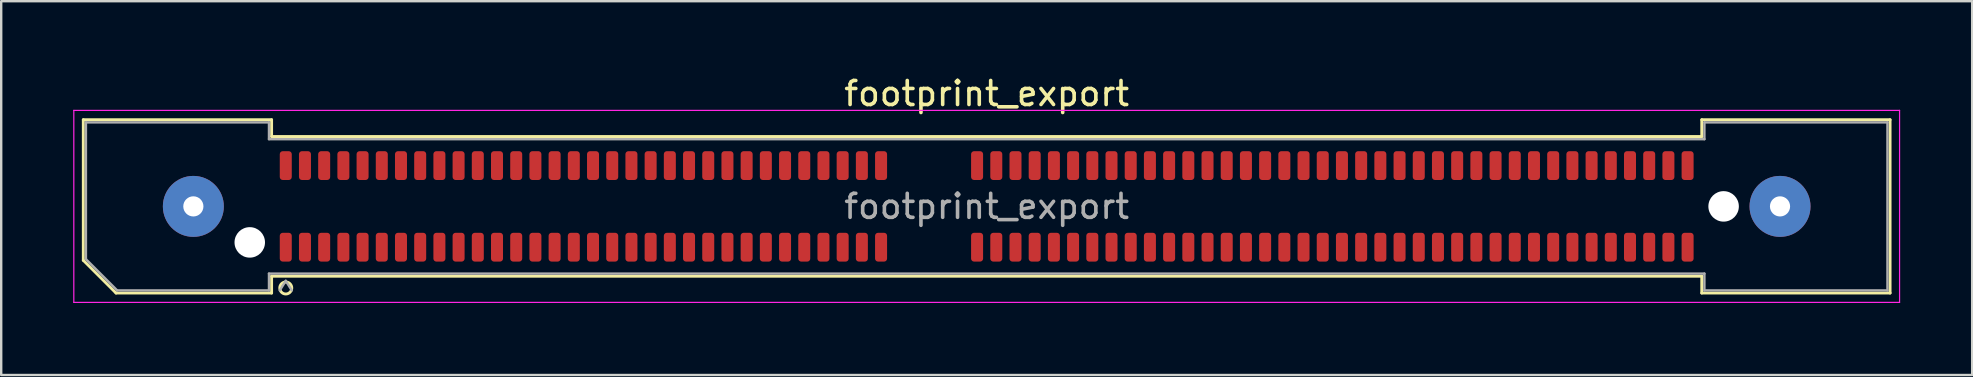
<source format=kicad_pcb>
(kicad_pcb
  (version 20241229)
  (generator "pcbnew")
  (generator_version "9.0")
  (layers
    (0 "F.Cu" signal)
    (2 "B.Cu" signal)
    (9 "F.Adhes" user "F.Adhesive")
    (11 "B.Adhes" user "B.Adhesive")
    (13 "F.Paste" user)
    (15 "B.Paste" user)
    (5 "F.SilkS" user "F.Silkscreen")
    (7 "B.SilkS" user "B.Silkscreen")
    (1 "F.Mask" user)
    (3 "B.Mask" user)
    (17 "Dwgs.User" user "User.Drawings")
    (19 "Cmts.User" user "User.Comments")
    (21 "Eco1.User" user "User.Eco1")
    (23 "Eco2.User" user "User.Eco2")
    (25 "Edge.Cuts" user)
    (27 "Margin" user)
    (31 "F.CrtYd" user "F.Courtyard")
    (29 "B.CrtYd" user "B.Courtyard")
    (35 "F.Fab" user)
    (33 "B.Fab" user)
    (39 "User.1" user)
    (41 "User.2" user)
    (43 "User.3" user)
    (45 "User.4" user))
  (footprint "footprint_export"
    (layer "F.Cu")
    (at 38.055 5.548)
    (property "Reference" "footprint_export" (at 0 -4.7 0) (layer "F.SilkS") (effects (font (size 1 1) (thickness 0.15))))
    (attr smd)
    (fp_line (start -37.635 -3.61) (end -29.79 -3.61) (stroke (width 0.12) (type solid)) (layer "F.SilkS"))
    (fp_line (start -37.635 2.246) (end -37.635 -3.61) (stroke (width 0.12) (type solid)) (layer "F.SilkS"))
    (fp_line (start -36.271 3.61) (end -37.635 2.246) (stroke (width 0.12) (type solid)) (layer "F.SilkS"))
    (fp_line (start -29.79 -3.61) (end -29.79 -2.91) (stroke (width 0.12) (type solid)) (layer "F.SilkS"))
    (fp_line (start -29.79 -2.91) (end 29.79 -2.91) (stroke (width 0.12) (type solid)) (layer "F.SilkS"))
    (fp_line (start -29.79 2.91) (end -29.79 3.61) (stroke (width 0.12) (type solid)) (layer "F.SilkS"))
    (fp_line (start -29.79 3.61) (end -36.271 3.61) (stroke (width 0.12) (type solid)) (layer "F.SilkS"))
    (fp_line (start 29.79 -3.61) (end 37.635 -3.61) (stroke (width 0.12) (type solid)) (layer "F.SilkS"))
    (fp_line (start 29.79 -2.91) (end 29.79 -3.61) (stroke (width 0.12) (type solid)) (layer "F.SilkS"))
    (fp_line (start 29.79 2.91) (end -29.79 2.91) (stroke (width 0.12) (type solid)) (layer "F.SilkS"))
    (fp_line (start 29.79 3.61) (end 29.79 2.91) (stroke (width 0.12) (type solid)) (layer "F.SilkS"))
    (fp_line (start 37.635 -3.61) (end 37.635 3.61) (stroke (width 0.12) (type solid)) (layer "F.SilkS"))
    (fp_line (start 37.635 3.61) (end 29.79 3.61) (stroke (width 0.12) (type solid)) (layer "F.SilkS"))
    (fp_circle (center -29.2 3.4) (end -28.95 3.4) (stroke (width 0.12) (type solid)) (fill no) (layer "F.SilkS"))
    (fp_line (start -38.03 -4) (end -38.03 4) (stroke (width 0.05) (type solid)) (layer "F.CrtYd"))
    (fp_line (start -38.03 4) (end 38.03 4) (stroke (width 0.05) (type solid)) (layer "F.CrtYd"))
    (fp_line (start 38.03 -4) (end -38.03 -4) (stroke (width 0.05) (type solid)) (layer "F.CrtYd"))
    (fp_line (start 38.03 4) (end 38.03 -4) (stroke (width 0.05) (type solid)) (layer "F.CrtYd"))
    (fp_line (start -37.525 -3.5) (end -29.9 -3.5) (stroke (width 0.1) (type solid)) (layer "F.Fab"))
    (fp_line (start -37.525 2.2) (end -37.525 -3.5) (stroke (width 0.1) (type solid)) (layer "F.Fab"))
    (fp_line (start -36.225 3.5) (end -37.525 2.2) (stroke (width 0.1) (type solid)) (layer "F.Fab"))
    (fp_line (start -29.9 -3.5) (end -29.9 -2.8) (stroke (width 0.1) (type solid)) (layer "F.Fab"))
    (fp_line (start -29.9 -2.8) (end 29.9 -2.8) (stroke (width 0.1) (type solid)) (layer "F.Fab"))
    (fp_line (start -29.9 2.8) (end -29.9 3.5) (stroke (width 0.1) (type solid)) (layer "F.Fab"))
    (fp_line (start -29.9 3.5) (end -36.225 3.5) (stroke (width 0.1) (type solid)) (layer "F.Fab"))
    (fp_line (start -29.2 3.1) (end -29.45 3.5) (stroke (width 0.1) (type solid)) (layer "F.Fab"))
    (fp_line (start -29.2 3.1) (end -28.95 3.5) (stroke (width 0.1) (type solid)) (layer "F.Fab"))
    (fp_line (start 29.9 -3.5) (end 37.525 -3.5) (stroke (width 0.1) (type solid)) (layer "F.Fab"))
    (fp_line (start 29.9 -2.8) (end 29.9 -3.5) (stroke (width 0.1) (type solid)) (layer "F.Fab"))
    (fp_line (start 29.9 2.8) (end -29.9 2.8) (stroke (width 0.1) (type solid)) (layer "F.Fab"))
    (fp_line (start 29.9 3.5) (end 29.9 2.8) (stroke (width 0.1) (type solid)) (layer "F.Fab"))
    (fp_line (start 37.525 -3.5) (end 37.525 3.5) (stroke (width 0.1) (type solid)) (layer "F.Fab"))
    (fp_line (start 37.525 3.5) (end 29.9 3.5) (stroke (width 0.1) (type solid)) (layer "F.Fab"))
    (fp_text user "${REFERENCE}" (at 0 0 0) (layer "F.Fab") (effects (font (size 1 1) (thickness 0.15))))
    (pad "" thru_hole circle (at -33.05 0) (size 2.54 2.54) (drill 0.84) (layers "*.Cu" "*.Mask" "F.Paste"))
    (pad "" np_thru_hole circle (at -30.7 1.5) (size 1.27 1.27) (drill 1.27) (layers "*.Cu" "*.Mask"))
    (pad "" np_thru_hole circle (at 30.7 0) (size 1.27 1.27) (drill 1.27) (layers "*.Cu" "*.Mask"))
    (pad "" thru_hole circle (at 33.05 0) (size 2.54 2.54) (drill 0.84) (layers "*.Cu" "*.Mask" "F.Paste"))
    (pad "1" smd roundrect (at -29.2 1.7) (size 0.5 1.2) (layers "F.Cu" "F.Mask" "F.Paste") (roundrect_rratio 0.25))
    (pad "2" smd roundrect (at -29.2 -1.7) (size 0.5 1.2) (layers "F.Cu" "F.Mask" "F.Paste") (roundrect_rratio 0.25))
    (pad "3" smd roundrect (at -28.4 1.7) (size 0.5 1.2) (layers "F.Cu" "F.Mask" "F.Paste") (roundrect_rratio 0.25))
    (pad "4" smd roundrect (at -28.4 -1.7) (size 0.5 1.2) (layers "F.Cu" "F.Mask" "F.Paste") (roundrect_rratio 0.25))
    (pad "5" smd roundrect (at -27.6 1.7) (size 0.5 1.2) (layers "F.Cu" "F.Mask" "F.Paste") (roundrect_rratio 0.25))
    (pad "6" smd roundrect (at -27.6 -1.7) (size 0.5 1.2) (layers "F.Cu" "F.Mask" "F.Paste") (roundrect_rratio 0.25))
    (pad "7" smd roundrect (at -26.8 1.7) (size 0.5 1.2) (layers "F.Cu" "F.Mask" "F.Paste") (roundrect_rratio 0.25))
    (pad "8" smd roundrect (at -26.8 -1.7) (size 0.5 1.2) (layers "F.Cu" "F.Mask" "F.Paste") (roundrect_rratio 0.25))
    (pad "9" smd roundrect (at -26 1.7) (size 0.5 1.2) (layers "F.Cu" "F.Mask" "F.Paste") (roundrect_rratio 0.25))
    (pad "10" smd roundrect (at -26 -1.7) (size 0.5 1.2) (layers "F.Cu" "F.Mask" "F.Paste") (roundrect_rratio 0.25))
    (pad "11" smd roundrect (at -25.2 1.7) (size 0.5 1.2) (layers "F.Cu" "F.Mask" "F.Paste") (roundrect_rratio 0.25))
    (pad "12" smd roundrect (at -25.2 -1.7) (size 0.5 1.2) (layers "F.Cu" "F.Mask" "F.Paste") (roundrect_rratio 0.25))
    (pad "13" smd roundrect (at -24.4 1.7) (size 0.5 1.2) (layers "F.Cu" "F.Mask" "F.Paste") (roundrect_rratio 0.25))
    (pad "14" smd roundrect (at -24.4 -1.7) (size 0.5 1.2) (layers "F.Cu" "F.Mask" "F.Paste") (roundrect_rratio 0.25))
    (pad "15" smd roundrect (at -23.6 1.7) (size 0.5 1.2) (layers "F.Cu" "F.Mask" "F.Paste") (roundrect_rratio 0.25))
    (pad "16" smd roundrect (at -23.6 -1.7) (size 0.5 1.2) (layers "F.Cu" "F.Mask" "F.Paste") (roundrect_rratio 0.25))
    (pad "17" smd roundrect (at -22.8 1.7) (size 0.5 1.2) (layers "F.Cu" "F.Mask" "F.Paste") (roundrect_rratio 0.25))
    (pad "18" smd roundrect (at -22.8 -1.7) (size 0.5 1.2) (layers "F.Cu" "F.Mask" "F.Paste") (roundrect_rratio 0.25))
    (pad "19" smd roundrect (at -22 1.7) (size 0.5 1.2) (layers "F.Cu" "F.Mask" "F.Paste") (roundrect_rratio 0.25))
    (pad "20" smd roundrect (at -22 -1.7) (size 0.5 1.2) (layers "F.Cu" "F.Mask" "F.Paste") (roundrect_rratio 0.25))
    (pad "21" smd roundrect (at -21.2 1.7) (size 0.5 1.2) (layers "F.Cu" "F.Mask" "F.Paste") (roundrect_rratio 0.25))
    (pad "22" smd roundrect (at -21.2 -1.7) (size 0.5 1.2) (layers "F.Cu" "F.Mask" "F.Paste") (roundrect_rratio 0.25))
    (pad "23" smd roundrect (at -20.4 1.7) (size 0.5 1.2) (layers "F.Cu" "F.Mask" "F.Paste") (roundrect_rratio 0.25))
    (pad "24" smd roundrect (at -20.4 -1.7) (size 0.5 1.2) (layers "F.Cu" "F.Mask" "F.Paste") (roundrect_rratio 0.25))
    (pad "25" smd roundrect (at -19.6 1.7) (size 0.5 1.2) (layers "F.Cu" "F.Mask" "F.Paste") (roundrect_rratio 0.25))
    (pad "26" smd roundrect (at -19.6 -1.7) (size 0.5 1.2) (layers "F.Cu" "F.Mask" "F.Paste") (roundrect_rratio 0.25))
    (pad "27" smd roundrect (at -18.8 1.7) (size 0.5 1.2) (layers "F.Cu" "F.Mask" "F.Paste") (roundrect_rratio 0.25))
    (pad "28" smd roundrect (at -18.8 -1.7) (size 0.5 1.2) (layers "F.Cu" "F.Mask" "F.Paste") (roundrect_rratio 0.25))
    (pad "29" smd roundrect (at -18 1.7) (size 0.5 1.2) (layers "F.Cu" "F.Mask" "F.Paste") (roundrect_rratio 0.25))
    (pad "30" smd roundrect (at -18 -1.7) (size 0.5 1.2) (layers "F.Cu" "F.Mask" "F.Paste") (roundrect_rratio 0.25))
    (pad "31" smd roundrect (at -17.2 1.7) (size 0.5 1.2) (layers "F.Cu" "F.Mask" "F.Paste") (roundrect_rratio 0.25))
    (pad "32" smd roundrect (at -17.2 -1.7) (size 0.5 1.2) (layers "F.Cu" "F.Mask" "F.Paste") (roundrect_rratio 0.25))
    (pad "33" smd roundrect (at -16.4 1.7) (size 0.5 1.2) (layers "F.Cu" "F.Mask" "F.Paste") (roundrect_rratio 0.25))
    (pad "34" smd roundrect (at -16.4 -1.7) (size 0.5 1.2) (layers "F.Cu" "F.Mask" "F.Paste") (roundrect_rratio 0.25))
    (pad "35" smd roundrect (at -15.6 1.7) (size 0.5 1.2) (layers "F.Cu" "F.Mask" "F.Paste") (roundrect_rratio 0.25))
    (pad "36" smd roundrect (at -15.6 -1.7) (size 0.5 1.2) (layers "F.Cu" "F.Mask" "F.Paste") (roundrect_rratio 0.25))
    (pad "37" smd roundrect (at -14.8 1.7) (size 0.5 1.2) (layers "F.Cu" "F.Mask" "F.Paste") (roundrect_rratio 0.25))
    (pad "38" smd roundrect (at -14.8 -1.7) (size 0.5 1.2) (layers "F.Cu" "F.Mask" "F.Paste") (roundrect_rratio 0.25))
    (pad "39" smd roundrect (at -14 1.7) (size 0.5 1.2) (layers "F.Cu" "F.Mask" "F.Paste") (roundrect_rratio 0.25))
    (pad "40" smd roundrect (at -14 -1.7) (size 0.5 1.2) (layers "F.Cu" "F.Mask" "F.Paste") (roundrect_rratio 0.25))
    (pad "41" smd roundrect (at -13.2 1.7) (size 0.5 1.2) (layers "F.Cu" "F.Mask" "F.Paste") (roundrect_rratio 0.25))
    (pad "42" smd roundrect (at -13.2 -1.7) (size 0.5 1.2) (layers "F.Cu" "F.Mask" "F.Paste") (roundrect_rratio 0.25))
    (pad "43" smd roundrect (at -12.4 1.7) (size 0.5 1.2) (layers "F.Cu" "F.Mask" "F.Paste") (roundrect_rratio 0.25))
    (pad "44" smd roundrect (at -12.4 -1.7) (size 0.5 1.2) (layers "F.Cu" "F.Mask" "F.Paste") (roundrect_rratio 0.25))
    (pad "45" smd roundrect (at -11.6 1.7) (size 0.5 1.2) (layers "F.Cu" "F.Mask" "F.Paste") (roundrect_rratio 0.25))
    (pad "46" smd roundrect (at -11.6 -1.7) (size 0.5 1.2) (layers "F.Cu" "F.Mask" "F.Paste") (roundrect_rratio 0.25))
    (pad "47" smd roundrect (at -10.8 1.7) (size 0.5 1.2) (layers "F.Cu" "F.Mask" "F.Paste") (roundrect_rratio 0.25))
    (pad "48" smd roundrect (at -10.8 -1.7) (size 0.5 1.2) (layers "F.Cu" "F.Mask" "F.Paste") (roundrect_rratio 0.25))
    (pad "49" smd roundrect (at -10 1.7) (size 0.5 1.2) (layers "F.Cu" "F.Mask" "F.Paste") (roundrect_rratio 0.25))
    (pad "50" smd roundrect (at -10 -1.7) (size 0.5 1.2) (layers "F.Cu" "F.Mask" "F.Paste") (roundrect_rratio 0.25))
    (pad "51" smd roundrect (at -9.2 1.7) (size 0.5 1.2) (layers "F.Cu" "F.Mask" "F.Paste") (roundrect_rratio 0.25))
    (pad "52" smd roundrect (at -9.2 -1.7) (size 0.5 1.2) (layers "F.Cu" "F.Mask" "F.Paste") (roundrect_rratio 0.25))
    (pad "53" smd roundrect (at -8.4 1.7) (size 0.5 1.2) (layers "F.Cu" "F.Mask" "F.Paste") (roundrect_rratio 0.25))
    (pad "54" smd roundrect (at -8.4 -1.7) (size 0.5 1.2) (layers "F.Cu" "F.Mask" "F.Paste") (roundrect_rratio 0.25))
    (pad "55" smd roundrect (at -7.6 1.7) (size 0.5 1.2) (layers "F.Cu" "F.Mask" "F.Paste") (roundrect_rratio 0.25))
    (pad "56" smd roundrect (at -7.6 -1.7) (size 0.5 1.2) (layers "F.Cu" "F.Mask" "F.Paste") (roundrect_rratio 0.25))
    (pad "57" smd roundrect (at -6.8 1.7) (size 0.5 1.2) (layers "F.Cu" "F.Mask" "F.Paste") (roundrect_rratio 0.25))
    (pad "58" smd roundrect (at -6.8 -1.7) (size 0.5 1.2) (layers "F.Cu" "F.Mask" "F.Paste") (roundrect_rratio 0.25))
    (pad "59" smd roundrect (at -6 1.7) (size 0.5 1.2) (layers "F.Cu" "F.Mask" "F.Paste") (roundrect_rratio 0.25))
    (pad "60" smd roundrect (at -6 -1.7) (size 0.5 1.2) (layers "F.Cu" "F.Mask" "F.Paste") (roundrect_rratio 0.25))
    (pad "61" smd roundrect (at -5.2 1.7) (size 0.5 1.2) (layers "F.Cu" "F.Mask" "F.Paste") (roundrect_rratio 0.25))
    (pad "62" smd roundrect (at -5.2 -1.7) (size 0.5 1.2) (layers "F.Cu" "F.Mask" "F.Paste") (roundrect_rratio 0.25))
    (pad "63" smd roundrect (at -4.4 1.7) (size 0.5 1.2) (layers "F.Cu" "F.Mask" "F.Paste") (roundrect_rratio 0.25))
    (pad "64" smd roundrect (at -4.4 -1.7) (size 0.5 1.2) (layers "F.Cu" "F.Mask" "F.Paste") (roundrect_rratio 0.25))
    (pad "65" smd roundrect (at -0.4 1.7) (size 0.5 1.2) (layers "F.Cu" "F.Mask" "F.Paste") (roundrect_rratio 0.25))
    (pad "66" smd roundrect (at -0.4 -1.7) (size 0.5 1.2) (layers "F.Cu" "F.Mask" "F.Paste") (roundrect_rratio 0.25))
    (pad "67" smd roundrect (at 0.4 1.7) (size 0.5 1.2) (layers "F.Cu" "F.Mask" "F.Paste") (roundrect_rratio 0.25))
    (pad "68" smd roundrect (at 0.4 -1.7) (size 0.5 1.2) (layers "F.Cu" "F.Mask" "F.Paste") (roundrect_rratio 0.25))
    (pad "69" smd roundrect (at 1.2 1.7) (size 0.5 1.2) (layers "F.Cu" "F.Mask" "F.Paste") (roundrect_rratio 0.25))
    (pad "70" smd roundrect (at 1.2 -1.7) (size 0.5 1.2) (layers "F.Cu" "F.Mask" "F.Paste") (roundrect_rratio 0.25))
    (pad "71" smd roundrect (at 2 1.7) (size 0.5 1.2) (layers "F.Cu" "F.Mask" "F.Paste") (roundrect_rratio 0.25))
    (pad "72" smd roundrect (at 2 -1.7) (size 0.5 1.2) (layers "F.Cu" "F.Mask" "F.Paste") (roundrect_rratio 0.25))
    (pad "73" smd roundrect (at 2.8 1.7) (size 0.5 1.2) (layers "F.Cu" "F.Mask" "F.Paste") (roundrect_rratio 0.25))
    (pad "74" smd roundrect (at 2.8 -1.7) (size 0.5 1.2) (layers "F.Cu" "F.Mask" "F.Paste") (roundrect_rratio 0.25))
    (pad "75" smd roundrect (at 3.6 1.7) (size 0.5 1.2) (layers "F.Cu" "F.Mask" "F.Paste") (roundrect_rratio 0.25))
    (pad "76" smd roundrect (at 3.6 -1.7) (size 0.5 1.2) (layers "F.Cu" "F.Mask" "F.Paste") (roundrect_rratio 0.25))
    (pad "77" smd roundrect (at 4.4 1.7) (size 0.5 1.2) (layers "F.Cu" "F.Mask" "F.Paste") (roundrect_rratio 0.25))
    (pad "78" smd roundrect (at 4.4 -1.7) (size 0.5 1.2) (layers "F.Cu" "F.Mask" "F.Paste") (roundrect_rratio 0.25))
    (pad "79" smd roundrect (at 5.2 1.7) (size 0.5 1.2) (layers "F.Cu" "F.Mask" "F.Paste") (roundrect_rratio 0.25))
    (pad "80" smd roundrect (at 5.2 -1.7) (size 0.5 1.2) (layers "F.Cu" "F.Mask" "F.Paste") (roundrect_rratio 0.25))
    (pad "81" smd roundrect (at 6 1.7) (size 0.5 1.2) (layers "F.Cu" "F.Mask" "F.Paste") (roundrect_rratio 0.25))
    (pad "82" smd roundrect (at 6 -1.7) (size 0.5 1.2) (layers "F.Cu" "F.Mask" "F.Paste") (roundrect_rratio 0.25))
    (pad "83" smd roundrect (at 6.8 1.7) (size 0.5 1.2) (layers "F.Cu" "F.Mask" "F.Paste") (roundrect_rratio 0.25))
    (pad "84" smd roundrect (at 6.8 -1.7) (size 0.5 1.2) (layers "F.Cu" "F.Mask" "F.Paste") (roundrect_rratio 0.25))
    (pad "85" smd roundrect (at 7.6 1.7) (size 0.5 1.2) (layers "F.Cu" "F.Mask" "F.Paste") (roundrect_rratio 0.25))
    (pad "86" smd roundrect (at 7.6 -1.7) (size 0.5 1.2) (layers "F.Cu" "F.Mask" "F.Paste") (roundrect_rratio 0.25))
    (pad "87" smd roundrect (at 8.4 1.7) (size 0.5 1.2) (layers "F.Cu" "F.Mask" "F.Paste") (roundrect_rratio 0.25))
    (pad "88" smd roundrect (at 8.4 -1.7) (size 0.5 1.2) (layers "F.Cu" "F.Mask" "F.Paste") (roundrect_rratio 0.25))
    (pad "89" smd roundrect (at 9.2 1.7) (size 0.5 1.2) (layers "F.Cu" "F.Mask" "F.Paste") (roundrect_rratio 0.25))
    (pad "90" smd roundrect (at 9.2 -1.7) (size 0.5 1.2) (layers "F.Cu" "F.Mask" "F.Paste") (roundrect_rratio 0.25))
    (pad "91" smd roundrect (at 10 1.7) (size 0.5 1.2) (layers "F.Cu" "F.Mask" "F.Paste") (roundrect_rratio 0.25))
    (pad "92" smd roundrect (at 10 -1.7) (size 0.5 1.2) (layers "F.Cu" "F.Mask" "F.Paste") (roundrect_rratio 0.25))
    (pad "93" smd roundrect (at 10.8 1.7) (size 0.5 1.2) (layers "F.Cu" "F.Mask" "F.Paste") (roundrect_rratio 0.25))
    (pad "94" smd roundrect (at 10.8 -1.7) (size 0.5 1.2) (layers "F.Cu" "F.Mask" "F.Paste") (roundrect_rratio 0.25))
    (pad "95" smd roundrect (at 11.6 1.7) (size 0.5 1.2) (layers "F.Cu" "F.Mask" "F.Paste") (roundrect_rratio 0.25))
    (pad "96" smd roundrect (at 11.6 -1.7) (size 0.5 1.2) (layers "F.Cu" "F.Mask" "F.Paste") (roundrect_rratio 0.25))
    (pad "97" smd roundrect (at 12.4 1.7) (size 0.5 1.2) (layers "F.Cu" "F.Mask" "F.Paste") (roundrect_rratio 0.25))
    (pad "98" smd roundrect (at 12.4 -1.7) (size 0.5 1.2) (layers "F.Cu" "F.Mask" "F.Paste") (roundrect_rratio 0.25))
    (pad "99" smd roundrect (at 13.2 1.7) (size 0.5 1.2) (layers "F.Cu" "F.Mask" "F.Paste") (roundrect_rratio 0.25))
    (pad "100" smd roundrect (at 13.2 -1.7) (size 0.5 1.2) (layers "F.Cu" "F.Mask" "F.Paste") (roundrect_rratio 0.25))
    (pad "101" smd roundrect (at 14 1.7) (size 0.5 1.2) (layers "F.Cu" "F.Mask" "F.Paste") (roundrect_rratio 0.25))
    (pad "102" smd roundrect (at 14 -1.7) (size 0.5 1.2) (layers "F.Cu" "F.Mask" "F.Paste") (roundrect_rratio 0.25))
    (pad "103" smd roundrect (at 14.8 1.7) (size 0.5 1.2) (layers "F.Cu" "F.Mask" "F.Paste") (roundrect_rratio 0.25))
    (pad "104" smd roundrect (at 14.8 -1.7) (size 0.5 1.2) (layers "F.Cu" "F.Mask" "F.Paste") (roundrect_rratio 0.25))
    (pad "105" smd roundrect (at 15.6 1.7) (size 0.5 1.2) (layers "F.Cu" "F.Mask" "F.Paste") (roundrect_rratio 0.25))
    (pad "106" smd roundrect (at 15.6 -1.7) (size 0.5 1.2) (layers "F.Cu" "F.Mask" "F.Paste") (roundrect_rratio 0.25))
    (pad "107" smd roundrect (at 16.4 1.7) (size 0.5 1.2) (layers "F.Cu" "F.Mask" "F.Paste") (roundrect_rratio 0.25))
    (pad "108" smd roundrect (at 16.4 -1.7) (size 0.5 1.2) (layers "F.Cu" "F.Mask" "F.Paste") (roundrect_rratio 0.25))
    (pad "109" smd roundrect (at 17.2 1.7) (size 0.5 1.2) (layers "F.Cu" "F.Mask" "F.Paste") (roundrect_rratio 0.25))
    (pad "110" smd roundrect (at 17.2 -1.7) (size 0.5 1.2) (layers "F.Cu" "F.Mask" "F.Paste") (roundrect_rratio 0.25))
    (pad "111" smd roundrect (at 18 1.7) (size 0.5 1.2) (layers "F.Cu" "F.Mask" "F.Paste") (roundrect_rratio 0.25))
    (pad "112" smd roundrect (at 18 -1.7) (size 0.5 1.2) (layers "F.Cu" "F.Mask" "F.Paste") (roundrect_rratio 0.25))
    (pad "113" smd roundrect (at 18.8 1.7) (size 0.5 1.2) (layers "F.Cu" "F.Mask" "F.Paste") (roundrect_rratio 0.25))
    (pad "114" smd roundrect (at 18.8 -1.7) (size 0.5 1.2) (layers "F.Cu" "F.Mask" "F.Paste") (roundrect_rratio 0.25))
    (pad "115" smd roundrect (at 19.6 1.7) (size 0.5 1.2) (layers "F.Cu" "F.Mask" "F.Paste") (roundrect_rratio 0.25))
    (pad "116" smd roundrect (at 19.6 -1.7) (size 0.5 1.2) (layers "F.Cu" "F.Mask" "F.Paste") (roundrect_rratio 0.25))
    (pad "117" smd roundrect (at 20.4 1.7) (size 0.5 1.2) (layers "F.Cu" "F.Mask" "F.Paste") (roundrect_rratio 0.25))
    (pad "118" smd roundrect (at 20.4 -1.7) (size 0.5 1.2) (layers "F.Cu" "F.Mask" "F.Paste") (roundrect_rratio 0.25))
    (pad "119" smd roundrect (at 21.2 1.7) (size 0.5 1.2) (layers "F.Cu" "F.Mask" "F.Paste") (roundrect_rratio 0.25))
    (pad "120" smd roundrect (at 21.2 -1.7) (size 0.5 1.2) (layers "F.Cu" "F.Mask" "F.Paste") (roundrect_rratio 0.25))
    (pad "121" smd roundrect (at 22 1.7) (size 0.5 1.2) (layers "F.Cu" "F.Mask" "F.Paste") (roundrect_rratio 0.25))
    (pad "122" smd roundrect (at 22 -1.7) (size 0.5 1.2) (layers "F.Cu" "F.Mask" "F.Paste") (roundrect_rratio 0.25))
    (pad "123" smd roundrect (at 22.8 1.7) (size 0.5 1.2) (layers "F.Cu" "F.Mask" "F.Paste") (roundrect_rratio 0.25))
    (pad "124" smd roundrect (at 22.8 -1.7) (size 0.5 1.2) (layers "F.Cu" "F.Mask" "F.Paste") (roundrect_rratio 0.25))
    (pad "125" smd roundrect (at 23.6 1.7) (size 0.5 1.2) (layers "F.Cu" "F.Mask" "F.Paste") (roundrect_rratio 0.25))
    (pad "126" smd roundrect (at 23.6 -1.7) (size 0.5 1.2) (layers "F.Cu" "F.Mask" "F.Paste") (roundrect_rratio 0.25))
    (pad "127" smd roundrect (at 24.4 1.7) (size 0.5 1.2) (layers "F.Cu" "F.Mask" "F.Paste") (roundrect_rratio 0.25))
    (pad "128" smd roundrect (at 24.4 -1.7) (size 0.5 1.2) (layers "F.Cu" "F.Mask" "F.Paste") (roundrect_rratio 0.25))
    (pad "129" smd roundrect (at 25.2 1.7) (size 0.5 1.2) (layers "F.Cu" "F.Mask" "F.Paste") (roundrect_rratio 0.25))
    (pad "130" smd roundrect (at 25.2 -1.7) (size 0.5 1.2) (layers "F.Cu" "F.Mask" "F.Paste") (roundrect_rratio 0.25))
    (pad "131" smd roundrect (at 26 1.7) (size 0.5 1.2) (layers "F.Cu" "F.Mask" "F.Paste") (roundrect_rratio 0.25))
    (pad "132" smd roundrect (at 26 -1.7) (size 0.5 1.2) (layers "F.Cu" "F.Mask" "F.Paste") (roundrect_rratio 0.25))
    (pad "133" smd roundrect (at 26.8 1.7) (size 0.5 1.2) (layers "F.Cu" "F.Mask" "F.Paste") (roundrect_rratio 0.25))
    (pad "134" smd roundrect (at 26.8 -1.7) (size 0.5 1.2) (layers "F.Cu" "F.Mask" "F.Paste") (roundrect_rratio 0.25))
    (pad "135" smd roundrect (at 27.6 1.7) (size 0.5 1.2) (layers "F.Cu" "F.Mask" "F.Paste") (roundrect_rratio 0.25))
    (pad "136" smd roundrect (at 27.6 -1.7) (size 0.5 1.2) (layers "F.Cu" "F.Mask" "F.Paste") (roundrect_rratio 0.25))
    (pad "137" smd roundrect (at 28.4 1.7) (size 0.5 1.2) (layers "F.Cu" "F.Mask" "F.Paste") (roundrect_rratio 0.25))
    (pad "138" smd roundrect (at 28.4 -1.7) (size 0.5 1.2) (layers "F.Cu" "F.Mask" "F.Paste") (roundrect_rratio 0.25))
    (pad "139" smd roundrect (at 29.2 1.7) (size 0.5 1.2) (layers "F.Cu" "F.Mask" "F.Paste") (roundrect_rratio 0.25))
    (pad "140" smd roundrect (at 29.2 -1.7) (size 0.5 1.2) (layers "F.Cu" "F.Mask" "F.Paste") (roundrect_rratio 0.25)))
  (gr_rect
    (start -3 -3)
    (end 79.11 12.573)
    (stroke (width 0.1) (type default))
    (fill no)
    (layer "Edge.Cuts")))
</source>
